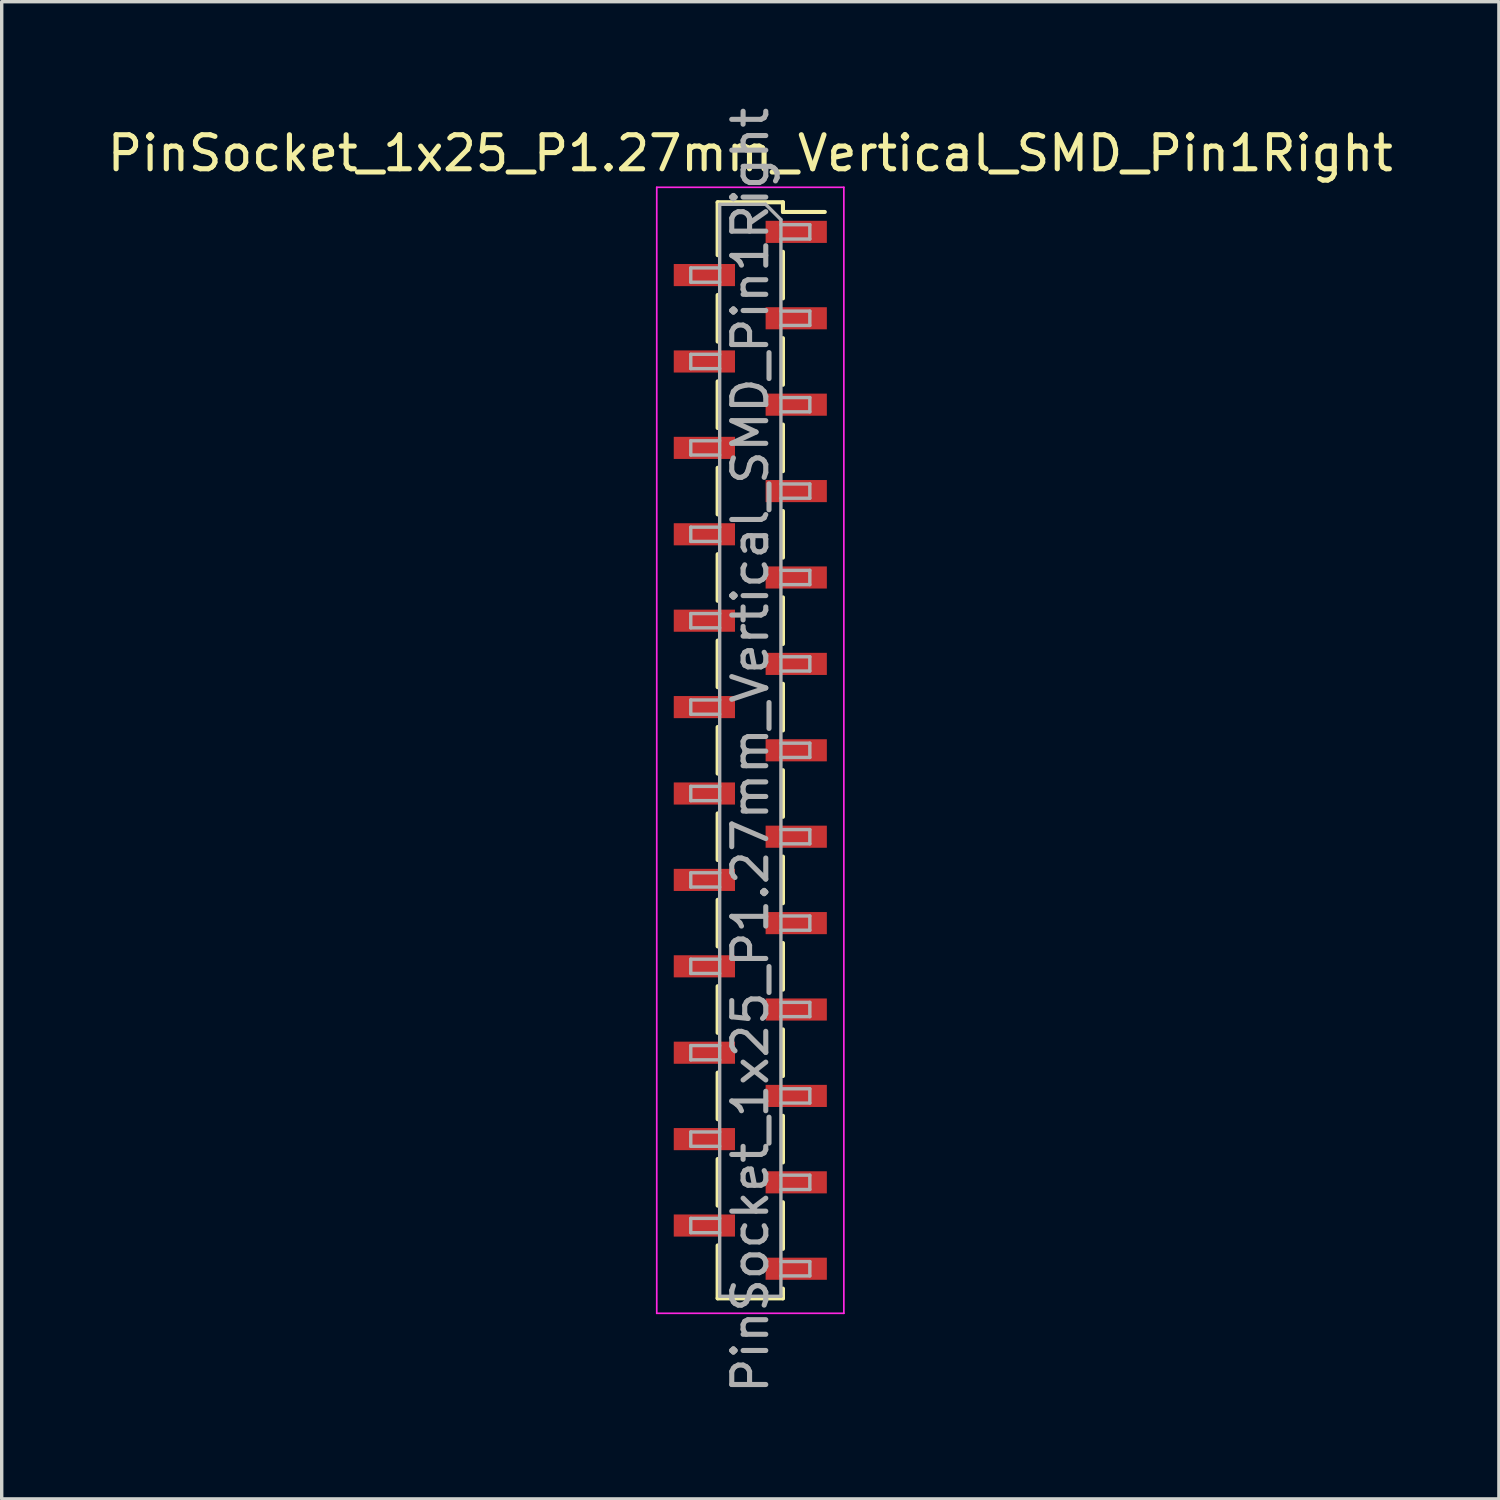
<source format=kicad_pcb>
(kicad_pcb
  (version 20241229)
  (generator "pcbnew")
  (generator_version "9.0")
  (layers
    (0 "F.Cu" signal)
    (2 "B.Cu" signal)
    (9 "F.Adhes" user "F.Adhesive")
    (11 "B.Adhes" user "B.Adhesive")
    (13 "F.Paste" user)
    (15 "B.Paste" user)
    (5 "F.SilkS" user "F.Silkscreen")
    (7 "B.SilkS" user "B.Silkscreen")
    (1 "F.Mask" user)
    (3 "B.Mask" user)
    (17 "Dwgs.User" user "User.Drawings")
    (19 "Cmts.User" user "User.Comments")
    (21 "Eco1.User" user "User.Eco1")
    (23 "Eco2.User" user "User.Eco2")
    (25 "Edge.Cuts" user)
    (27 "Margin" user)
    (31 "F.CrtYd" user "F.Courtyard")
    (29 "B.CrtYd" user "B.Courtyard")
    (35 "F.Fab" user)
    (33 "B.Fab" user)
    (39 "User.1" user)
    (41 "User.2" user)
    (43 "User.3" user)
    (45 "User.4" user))
  (footprint "PinSocket_1x25_P1.27mm_Vertical_SMD_Pin1Right"
    (layer "F.Cu")
    (at 19.006 19.006)
    (property "Reference" "PinSocket_1x25_P1.27mm_Vertical_SMD_Pin1Right" (at 0 -17.55 0) (layer "F.SilkS") (effects (font (size 1 1) (thickness 0.15))))
    (attr smd)
    (fp_line (start -0.96 -16.11) (end -0.96 -14.555) (stroke (width 0.12) (type solid)) (layer "F.SilkS"))
    (fp_line (start -0.96 -16.11) (end 0.96 -16.11) (stroke (width 0.12) (type solid)) (layer "F.SilkS"))
    (fp_line (start -0.96 -13.385) (end -0.96 -12.015) (stroke (width 0.12) (type solid)) (layer "F.SilkS"))
    (fp_line (start -0.96 -10.845) (end -0.96 -9.475) (stroke (width 0.12) (type solid)) (layer "F.SilkS"))
    (fp_line (start -0.96 -8.305) (end -0.96 -6.935) (stroke (width 0.12) (type solid)) (layer "F.SilkS"))
    (fp_line (start -0.96 -5.765) (end -0.96 -4.395) (stroke (width 0.12) (type solid)) (layer "F.SilkS"))
    (fp_line (start -0.96 -3.225) (end -0.96 -1.855) (stroke (width 0.12) (type solid)) (layer "F.SilkS"))
    (fp_line (start -0.96 -0.685) (end -0.96 0.685) (stroke (width 0.12) (type solid)) (layer "F.SilkS"))
    (fp_line (start -0.96 1.855) (end -0.96 3.225) (stroke (width 0.12) (type solid)) (layer "F.SilkS"))
    (fp_line (start -0.96 4.395) (end -0.96 5.765) (stroke (width 0.12) (type solid)) (layer "F.SilkS"))
    (fp_line (start -0.96 6.935) (end -0.96 8.305) (stroke (width 0.12) (type solid)) (layer "F.SilkS"))
    (fp_line (start -0.96 9.475) (end -0.96 10.845) (stroke (width 0.12) (type solid)) (layer "F.SilkS"))
    (fp_line (start -0.96 12.015) (end -0.96 13.385) (stroke (width 0.12) (type solid)) (layer "F.SilkS"))
    (fp_line (start -0.96 14.555) (end -0.96 16.11) (stroke (width 0.12) (type solid)) (layer "F.SilkS"))
    (fp_line (start -0.96 16.11) (end 0.96 16.11) (stroke (width 0.12) (type solid)) (layer "F.SilkS"))
    (fp_line (start 0.96 -16.11) (end 0.96 -15.825) (stroke (width 0.12) (type solid)) (layer "F.SilkS"))
    (fp_line (start 0.96 -15.825) (end 2.19 -15.825) (stroke (width 0.12) (type solid)) (layer "F.SilkS"))
    (fp_line (start 0.96 -14.655) (end 0.96 -13.285) (stroke (width 0.12) (type solid)) (layer "F.SilkS"))
    (fp_line (start 0.96 -12.115) (end 0.96 -10.745) (stroke (width 0.12) (type solid)) (layer "F.SilkS"))
    (fp_line (start 0.96 -9.575) (end 0.96 -8.205) (stroke (width 0.12) (type solid)) (layer "F.SilkS"))
    (fp_line (start 0.96 -7.035) (end 0.96 -5.665) (stroke (width 0.12) (type solid)) (layer "F.SilkS"))
    (fp_line (start 0.96 -4.495) (end 0.96 -3.125) (stroke (width 0.12) (type solid)) (layer "F.SilkS"))
    (fp_line (start 0.96 -1.955) (end 0.96 -0.585) (stroke (width 0.12) (type solid)) (layer "F.SilkS"))
    (fp_line (start 0.96 0.585) (end 0.96 1.955) (stroke (width 0.12) (type solid)) (layer "F.SilkS"))
    (fp_line (start 0.96 3.125) (end 0.96 4.495) (stroke (width 0.12) (type solid)) (layer "F.SilkS"))
    (fp_line (start 0.96 5.665) (end 0.96 7.035) (stroke (width 0.12) (type solid)) (layer "F.SilkS"))
    (fp_line (start 0.96 8.205) (end 0.96 9.575) (stroke (width 0.12) (type solid)) (layer "F.SilkS"))
    (fp_line (start 0.96 10.745) (end 0.96 12.115) (stroke (width 0.12) (type solid)) (layer "F.SilkS"))
    (fp_line (start 0.96 13.285) (end 0.96 14.655) (stroke (width 0.12) (type solid)) (layer "F.SilkS"))
    (fp_line (start 0.96 15.825) (end 0.96 16.11) (stroke (width 0.12) (type solid)) (layer "F.SilkS"))
    (fp_line (start -2.75 -16.55) (end 2.75 -16.55) (stroke (width 0.05) (type solid)) (layer "F.CrtYd"))
    (fp_line (start -2.75 16.55) (end -2.75 -16.55) (stroke (width 0.05) (type solid)) (layer "F.CrtYd"))
    (fp_line (start 2.75 -16.55) (end 2.75 16.55) (stroke (width 0.05) (type solid)) (layer "F.CrtYd"))
    (fp_line (start 2.75 16.55) (end -2.75 16.55) (stroke (width 0.05) (type solid)) (layer "F.CrtYd"))
    (fp_line (start -1.75 -14.18) (end -0.9 -14.18) (stroke (width 0.1) (type solid)) (layer "F.Fab"))
    (fp_line (start -1.75 -13.76) (end -1.75 -14.18) (stroke (width 0.1) (type solid)) (layer "F.Fab"))
    (fp_line (start -1.75 -11.64) (end -0.9 -11.64) (stroke (width 0.1) (type solid)) (layer "F.Fab"))
    (fp_line (start -1.75 -11.22) (end -1.75 -11.64) (stroke (width 0.1) (type solid)) (layer "F.Fab"))
    (fp_line (start -1.75 -9.1) (end -0.9 -9.1) (stroke (width 0.1) (type solid)) (layer "F.Fab"))
    (fp_line (start -1.75 -8.68) (end -1.75 -9.1) (stroke (width 0.1) (type solid)) (layer "F.Fab"))
    (fp_line (start -1.75 -6.56) (end -0.9 -6.56) (stroke (width 0.1) (type solid)) (layer "F.Fab"))
    (fp_line (start -1.75 -6.14) (end -1.75 -6.56) (stroke (width 0.1) (type solid)) (layer "F.Fab"))
    (fp_line (start -1.75 -4.02) (end -0.9 -4.02) (stroke (width 0.1) (type solid)) (layer "F.Fab"))
    (fp_line (start -1.75 -3.6) (end -1.75 -4.02) (stroke (width 0.1) (type solid)) (layer "F.Fab"))
    (fp_line (start -1.75 -1.48) (end -0.9 -1.48) (stroke (width 0.1) (type solid)) (layer "F.Fab"))
    (fp_line (start -1.75 -1.06) (end -1.75 -1.48) (stroke (width 0.1) (type solid)) (layer "F.Fab"))
    (fp_line (start -1.75 1.06) (end -0.9 1.06) (stroke (width 0.1) (type solid)) (layer "F.Fab"))
    (fp_line (start -1.75 1.48) (end -1.75 1.06) (stroke (width 0.1) (type solid)) (layer "F.Fab"))
    (fp_line (start -1.75 3.6) (end -0.9 3.6) (stroke (width 0.1) (type solid)) (layer "F.Fab"))
    (fp_line (start -1.75 4.02) (end -1.75 3.6) (stroke (width 0.1) (type solid)) (layer "F.Fab"))
    (fp_line (start -1.75 6.14) (end -0.9 6.14) (stroke (width 0.1) (type solid)) (layer "F.Fab"))
    (fp_line (start -1.75 6.56) (end -1.75 6.14) (stroke (width 0.1) (type solid)) (layer "F.Fab"))
    (fp_line (start -1.75 8.68) (end -0.9 8.68) (stroke (width 0.1) (type solid)) (layer "F.Fab"))
    (fp_line (start -1.75 9.1) (end -1.75 8.68) (stroke (width 0.1) (type solid)) (layer "F.Fab"))
    (fp_line (start -1.75 11.22) (end -0.9 11.22) (stroke (width 0.1) (type solid)) (layer "F.Fab"))
    (fp_line (start -1.75 11.64) (end -1.75 11.22) (stroke (width 0.1) (type solid)) (layer "F.Fab"))
    (fp_line (start -1.75 13.76) (end -0.9 13.76) (stroke (width 0.1) (type solid)) (layer "F.Fab"))
    (fp_line (start -1.75 14.18) (end -1.75 13.76) (stroke (width 0.1) (type solid)) (layer "F.Fab"))
    (fp_line (start -0.9 -16.05) (end 0.45 -16.05) (stroke (width 0.1) (type solid)) (layer "F.Fab"))
    (fp_line (start -0.9 -13.76) (end -1.75 -13.76) (stroke (width 0.1) (type solid)) (layer "F.Fab"))
    (fp_line (start -0.9 -11.22) (end -1.75 -11.22) (stroke (width 0.1) (type solid)) (layer "F.Fab"))
    (fp_line (start -0.9 -8.68) (end -1.75 -8.68) (stroke (width 0.1) (type solid)) (layer "F.Fab"))
    (fp_line (start -0.9 -6.14) (end -1.75 -6.14) (stroke (width 0.1) (type solid)) (layer "F.Fab"))
    (fp_line (start -0.9 -3.6) (end -1.75 -3.6) (stroke (width 0.1) (type solid)) (layer "F.Fab"))
    (fp_line (start -0.9 -1.06) (end -1.75 -1.06) (stroke (width 0.1) (type solid)) (layer "F.Fab"))
    (fp_line (start -0.9 1.48) (end -1.75 1.48) (stroke (width 0.1) (type solid)) (layer "F.Fab"))
    (fp_line (start -0.9 4.02) (end -1.75 4.02) (stroke (width 0.1) (type solid)) (layer "F.Fab"))
    (fp_line (start -0.9 6.56) (end -1.75 6.56) (stroke (width 0.1) (type solid)) (layer "F.Fab"))
    (fp_line (start -0.9 9.1) (end -1.75 9.1) (stroke (width 0.1) (type solid)) (layer "F.Fab"))
    (fp_line (start -0.9 11.64) (end -1.75 11.64) (stroke (width 0.1) (type solid)) (layer "F.Fab"))
    (fp_line (start -0.9 14.18) (end -1.75 14.18) (stroke (width 0.1) (type solid)) (layer "F.Fab"))
    (fp_line (start -0.9 16.05) (end -0.9 -16.05) (stroke (width 0.1) (type solid)) (layer "F.Fab"))
    (fp_line (start 0.45 -16.05) (end 0.9 -15.6) (stroke (width 0.1) (type solid)) (layer "F.Fab"))
    (fp_line (start 0.9 -15.6) (end 0.9 16.05) (stroke (width 0.1) (type solid)) (layer "F.Fab"))
    (fp_line (start 0.9 -15.45) (end 1.75 -15.45) (stroke (width 0.1) (type solid)) (layer "F.Fab"))
    (fp_line (start 0.9 -12.91) (end 1.75 -12.91) (stroke (width 0.1) (type solid)) (layer "F.Fab"))
    (fp_line (start 0.9 -10.37) (end 1.75 -10.37) (stroke (width 0.1) (type solid)) (layer "F.Fab"))
    (fp_line (start 0.9 -7.83) (end 1.75 -7.83) (stroke (width 0.1) (type solid)) (layer "F.Fab"))
    (fp_line (start 0.9 -5.29) (end 1.75 -5.29) (stroke (width 0.1) (type solid)) (layer "F.Fab"))
    (fp_line (start 0.9 -2.75) (end 1.75 -2.75) (stroke (width 0.1) (type solid)) (layer "F.Fab"))
    (fp_line (start 0.9 -0.21) (end 1.75 -0.21) (stroke (width 0.1) (type solid)) (layer "F.Fab"))
    (fp_line (start 0.9 2.33) (end 1.75 2.33) (stroke (width 0.1) (type solid)) (layer "F.Fab"))
    (fp_line (start 0.9 4.87) (end 1.75 4.87) (stroke (width 0.1) (type solid)) (layer "F.Fab"))
    (fp_line (start 0.9 7.41) (end 1.75 7.41) (stroke (width 0.1) (type solid)) (layer "F.Fab"))
    (fp_line (start 0.9 9.95) (end 1.75 9.95) (stroke (width 0.1) (type solid)) (layer "F.Fab"))
    (fp_line (start 0.9 12.49) (end 1.75 12.49) (stroke (width 0.1) (type solid)) (layer "F.Fab"))
    (fp_line (start 0.9 15.03) (end 1.75 15.03) (stroke (width 0.1) (type solid)) (layer "F.Fab"))
    (fp_line (start 0.9 16.05) (end -0.9 16.05) (stroke (width 0.1) (type solid)) (layer "F.Fab"))
    (fp_line (start 1.75 -15.45) (end 1.75 -15.03) (stroke (width 0.1) (type solid)) (layer "F.Fab"))
    (fp_line (start 1.75 -15.03) (end 0.9 -15.03) (stroke (width 0.1) (type solid)) (layer "F.Fab"))
    (fp_line (start 1.75 -12.91) (end 1.75 -12.49) (stroke (width 0.1) (type solid)) (layer "F.Fab"))
    (fp_line (start 1.75 -12.49) (end 0.9 -12.49) (stroke (width 0.1) (type solid)) (layer "F.Fab"))
    (fp_line (start 1.75 -10.37) (end 1.75 -9.95) (stroke (width 0.1) (type solid)) (layer "F.Fab"))
    (fp_line (start 1.75 -9.95) (end 0.9 -9.95) (stroke (width 0.1) (type solid)) (layer "F.Fab"))
    (fp_line (start 1.75 -7.83) (end 1.75 -7.41) (stroke (width 0.1) (type solid)) (layer "F.Fab"))
    (fp_line (start 1.75 -7.41) (end 0.9 -7.41) (stroke (width 0.1) (type solid)) (layer "F.Fab"))
    (fp_line (start 1.75 -5.29) (end 1.75 -4.87) (stroke (width 0.1) (type solid)) (layer "F.Fab"))
    (fp_line (start 1.75 -4.87) (end 0.9 -4.87) (stroke (width 0.1) (type solid)) (layer "F.Fab"))
    (fp_line (start 1.75 -2.75) (end 1.75 -2.33) (stroke (width 0.1) (type solid)) (layer "F.Fab"))
    (fp_line (start 1.75 -2.33) (end 0.9 -2.33) (stroke (width 0.1) (type solid)) (layer "F.Fab"))
    (fp_line (start 1.75 -0.21) (end 1.75 0.21) (stroke (width 0.1) (type solid)) (layer "F.Fab"))
    (fp_line (start 1.75 0.21) (end 0.9 0.21) (stroke (width 0.1) (type solid)) (layer "F.Fab"))
    (fp_line (start 1.75 2.33) (end 1.75 2.75) (stroke (width 0.1) (type solid)) (layer "F.Fab"))
    (fp_line (start 1.75 2.75) (end 0.9 2.75) (stroke (width 0.1) (type solid)) (layer "F.Fab"))
    (fp_line (start 1.75 4.87) (end 1.75 5.29) (stroke (width 0.1) (type solid)) (layer "F.Fab"))
    (fp_line (start 1.75 5.29) (end 0.9 5.29) (stroke (width 0.1) (type solid)) (layer "F.Fab"))
    (fp_line (start 1.75 7.41) (end 1.75 7.83) (stroke (width 0.1) (type solid)) (layer "F.Fab"))
    (fp_line (start 1.75 7.83) (end 0.9 7.83) (stroke (width 0.1) (type solid)) (layer "F.Fab"))
    (fp_line (start 1.75 9.95) (end 1.75 10.37) (stroke (width 0.1) (type solid)) (layer "F.Fab"))
    (fp_line (start 1.75 10.37) (end 0.9 10.37) (stroke (width 0.1) (type solid)) (layer "F.Fab"))
    (fp_line (start 1.75 12.49) (end 1.75 12.91) (stroke (width 0.1) (type solid)) (layer "F.Fab"))
    (fp_line (start 1.75 12.91) (end 0.9 12.91) (stroke (width 0.1) (type solid)) (layer "F.Fab"))
    (fp_line (start 1.75 15.03) (end 1.75 15.45) (stroke (width 0.1) (type solid)) (layer "F.Fab"))
    (fp_line (start 1.75 15.45) (end 0.9 15.45) (stroke (width 0.1) (type solid)) (layer "F.Fab"))
    (fp_text user "${REFERENCE}" (at 0 0 90) (layer "F.Fab") (effects (font (size 1 1) (thickness 0.15))))
    (pad "1" smd rect (at 1.35 -15.24) (size 1.8 0.65) (layers "F.Cu" "F.Mask" "F.Paste"))
    (pad "2" smd rect (at -1.35 -13.97) (size 1.8 0.65) (layers "F.Cu" "F.Mask" "F.Paste"))
    (pad "3" smd rect (at 1.35 -12.7) (size 1.8 0.65) (layers "F.Cu" "F.Mask" "F.Paste"))
    (pad "4" smd rect (at -1.35 -11.43) (size 1.8 0.65) (layers "F.Cu" "F.Mask" "F.Paste"))
    (pad "5" smd rect (at 1.35 -10.16) (size 1.8 0.65) (layers "F.Cu" "F.Mask" "F.Paste"))
    (pad "6" smd rect (at -1.35 -8.89) (size 1.8 0.65) (layers "F.Cu" "F.Mask" "F.Paste"))
    (pad "7" smd rect (at 1.35 -7.62) (size 1.8 0.65) (layers "F.Cu" "F.Mask" "F.Paste"))
    (pad "8" smd rect (at -1.35 -6.35) (size 1.8 0.65) (layers "F.Cu" "F.Mask" "F.Paste"))
    (pad "9" smd rect (at 1.35 -5.08) (size 1.8 0.65) (layers "F.Cu" "F.Mask" "F.Paste"))
    (pad "10" smd rect (at -1.35 -3.81) (size 1.8 0.65) (layers "F.Cu" "F.Mask" "F.Paste"))
    (pad "11" smd rect (at 1.35 -2.54) (size 1.8 0.65) (layers "F.Cu" "F.Mask" "F.Paste"))
    (pad "12" smd rect (at -1.35 -1.27) (size 1.8 0.65) (layers "F.Cu" "F.Mask" "F.Paste"))
    (pad "13" smd rect (at 1.35 0) (size 1.8 0.65) (layers "F.Cu" "F.Mask" "F.Paste"))
    (pad "14" smd rect (at -1.35 1.27) (size 1.8 0.65) (layers "F.Cu" "F.Mask" "F.Paste"))
    (pad "15" smd rect (at 1.35 2.54) (size 1.8 0.65) (layers "F.Cu" "F.Mask" "F.Paste"))
    (pad "16" smd rect (at -1.35 3.81) (size 1.8 0.65) (layers "F.Cu" "F.Mask" "F.Paste"))
    (pad "17" smd rect (at 1.35 5.08) (size 1.8 0.65) (layers "F.Cu" "F.Mask" "F.Paste"))
    (pad "18" smd rect (at -1.35 6.35) (size 1.8 0.65) (layers "F.Cu" "F.Mask" "F.Paste"))
    (pad "19" smd rect (at 1.35 7.62) (size 1.8 0.65) (layers "F.Cu" "F.Mask" "F.Paste"))
    (pad "20" smd rect (at -1.35 8.89) (size 1.8 0.65) (layers "F.Cu" "F.Mask" "F.Paste"))
    (pad "21" smd rect (at 1.35 10.16) (size 1.8 0.65) (layers "F.Cu" "F.Mask" "F.Paste"))
    (pad "22" smd rect (at -1.35 11.43) (size 1.8 0.65) (layers "F.Cu" "F.Mask" "F.Paste"))
    (pad "23" smd rect (at 1.35 12.7) (size 1.8 0.65) (layers "F.Cu" "F.Mask" "F.Paste"))
    (pad "24" smd rect (at -1.35 13.97) (size 1.8 0.65) (layers "F.Cu" "F.Mask" "F.Paste"))
    (pad "25" smd rect (at 1.35 15.24) (size 1.8 0.65) (layers "F.Cu" "F.Mask" "F.Paste")))
  (gr_rect
    (start -3 -3)
    (end 41.012 41.012)
    (stroke (width 0.1) (type default))
    (fill no)
    (layer "Edge.Cuts")))
</source>
